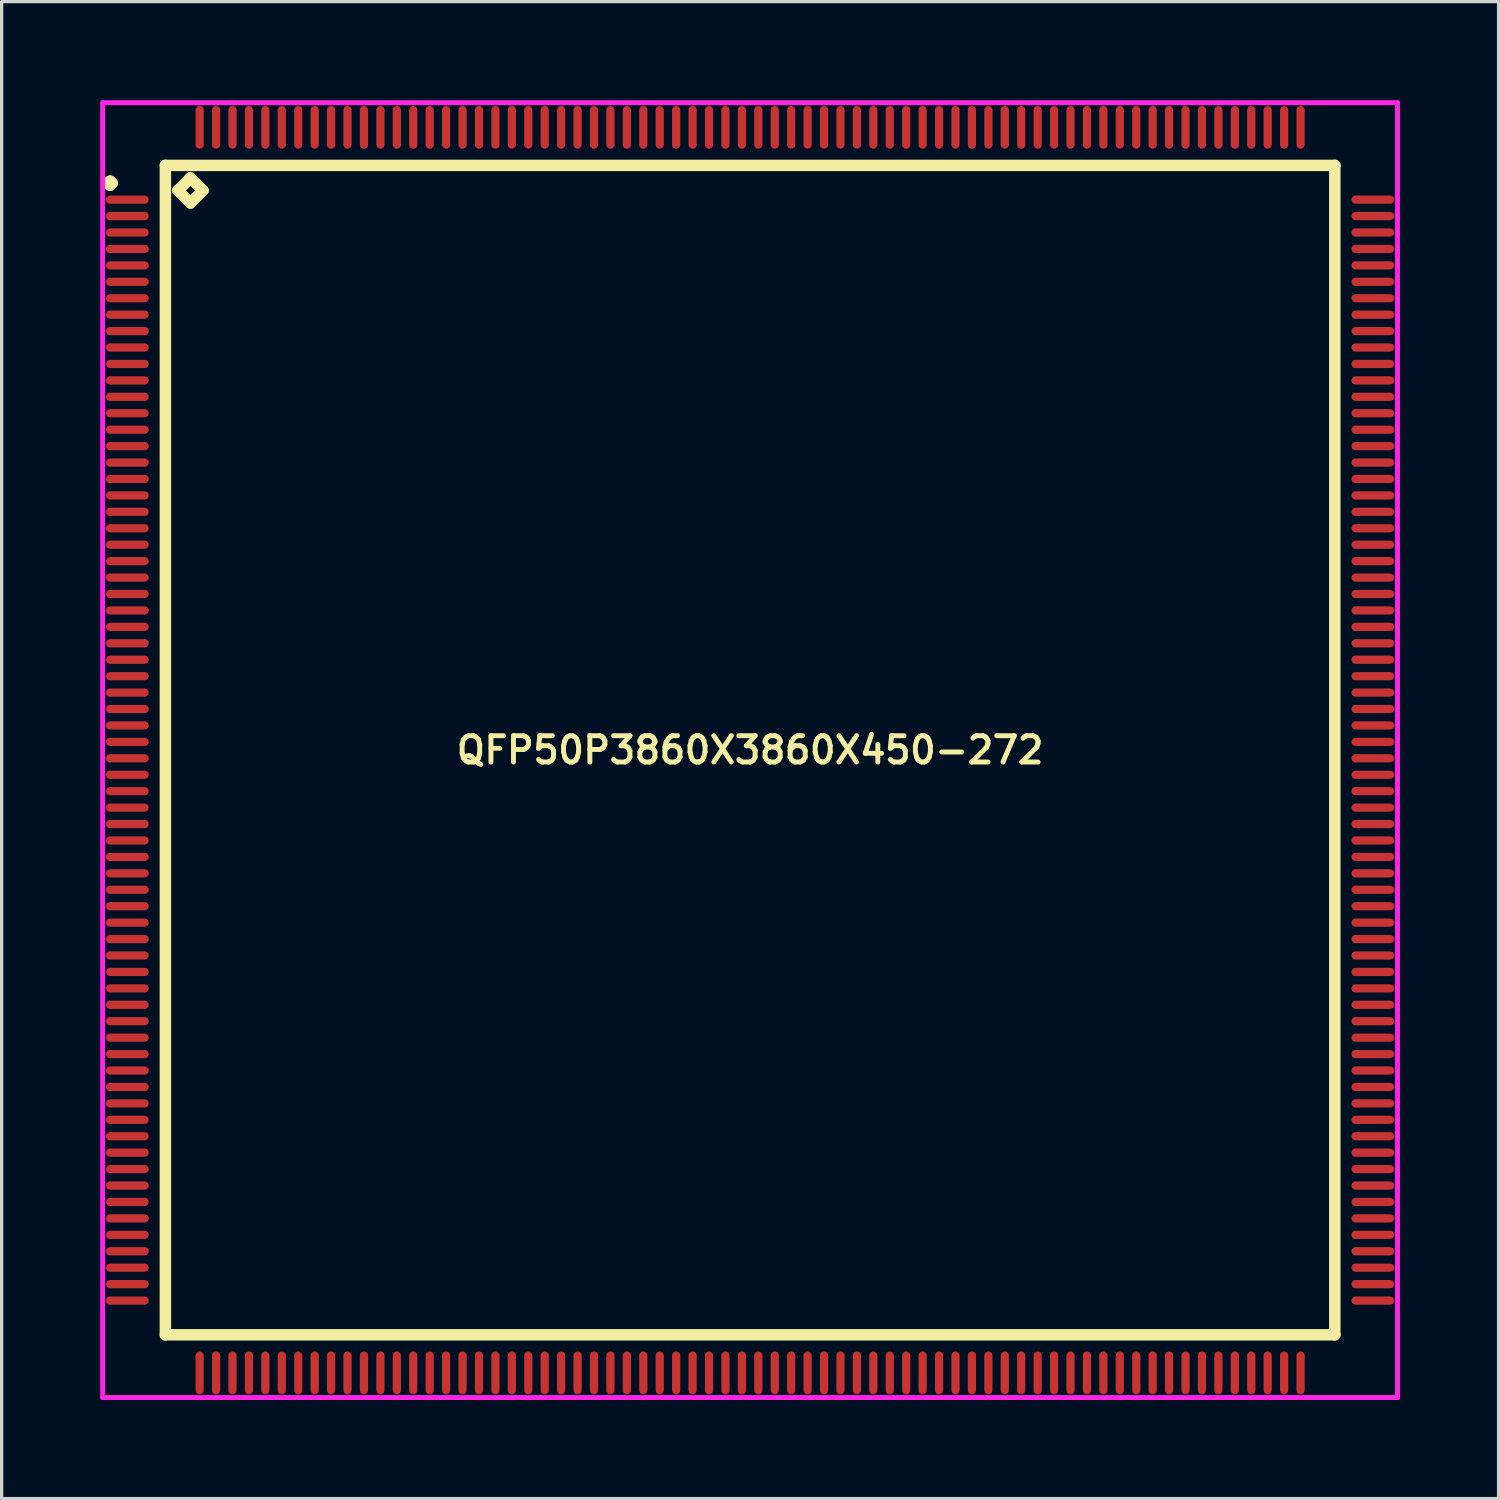
<source format=kicad_pcb>
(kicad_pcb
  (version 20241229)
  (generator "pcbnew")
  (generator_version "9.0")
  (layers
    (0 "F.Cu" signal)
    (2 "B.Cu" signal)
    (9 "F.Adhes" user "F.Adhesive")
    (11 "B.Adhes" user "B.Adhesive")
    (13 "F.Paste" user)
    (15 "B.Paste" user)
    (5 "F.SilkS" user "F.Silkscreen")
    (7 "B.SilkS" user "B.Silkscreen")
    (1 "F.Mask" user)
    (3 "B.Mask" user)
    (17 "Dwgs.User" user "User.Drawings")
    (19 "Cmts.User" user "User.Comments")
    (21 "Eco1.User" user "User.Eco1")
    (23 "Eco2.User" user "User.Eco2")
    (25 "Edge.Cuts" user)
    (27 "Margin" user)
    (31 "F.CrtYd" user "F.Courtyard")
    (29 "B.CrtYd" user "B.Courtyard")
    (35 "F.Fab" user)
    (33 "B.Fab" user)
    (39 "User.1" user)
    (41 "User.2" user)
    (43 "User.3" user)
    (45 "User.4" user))
  (footprint "QFP50P3860X3860X450-272"
    (layer "F.Cu")
    (at 19.775 19.775)
    (property "Reference" "QFP50P3860X3860X450-272" (at 0 0 0) (layer "F.SilkS") (effects (font (size 0.8 0.8) (thickness 0.15))))
    (attr smd)
    (fp_line (start -19.538 -17.25) (end -19.475 -17.312) (stroke (width 0.35) (type solid)) (layer "F.SilkS"))
    (fp_line (start -19.475 -17.312) (end -19.413 -17.25) (stroke (width 0.35) (type solid)) (layer "F.SilkS"))
    (fp_line (start -19.475 -17.188) (end -19.538 -17.25) (stroke (width 0.35) (type solid)) (layer "F.SilkS"))
    (fp_line (start -19.413 -17.25) (end -19.475 -17.188) (stroke (width 0.35) (type solid)) (layer "F.SilkS"))
    (fp_line (start -17.792 -17.792) (end -17.792 17.792) (stroke (width 0.35) (type solid)) (layer "F.SilkS"))
    (fp_line (start -17.792 17.792) (end 17.792 17.792) (stroke (width 0.35) (type solid)) (layer "F.SilkS"))
    (fp_line (start -17.411 -17.03) (end -17.03 -17.411) (stroke (width 0.35) (type solid)) (layer "F.SilkS"))
    (fp_line (start -17.03 -17.411) (end -16.649 -17.03) (stroke (width 0.35) (type solid)) (layer "F.SilkS"))
    (fp_line (start -17.03 -16.649) (end -17.411 -17.03) (stroke (width 0.35) (type solid)) (layer "F.SilkS"))
    (fp_line (start -16.649 -17.03) (end -17.03 -16.649) (stroke (width 0.35) (type solid)) (layer "F.SilkS"))
    (fp_line (start 17.792 -17.792) (end -17.792 -17.792) (stroke (width 0.35) (type solid)) (layer "F.SilkS"))
    (fp_line (start 17.792 17.792) (end 17.792 -17.792) (stroke (width 0.35) (type solid)) (layer "F.SilkS"))
    (fp_line (start -19.7 -19.7) (end 19.7 -19.7) (stroke (width 0.15) (type solid)) (layer "F.CrtYd"))
    (fp_line (start -19.7 19.7) (end -19.7 -19.7) (stroke (width 0.15) (type solid)) (layer "F.CrtYd"))
    (fp_line (start 19.7 -19.7) (end 19.7 19.7) (stroke (width 0.15) (type solid)) (layer "F.CrtYd"))
    (fp_line (start 19.7 19.7) (end -19.7 19.7) (stroke (width 0.15) (type solid)) (layer "F.CrtYd"))
    (pad "1" smd oval (at -18.95 -16.75) (size 1.3 0.25) (layers "F.Cu" "F.Mask" "F.Paste"))
    (pad "2" smd oval (at -18.95 -16.25) (size 1.3 0.25) (layers "F.Cu" "F.Mask" "F.Paste"))
    (pad "3" smd oval (at -18.95 -15.75) (size 1.3 0.25) (layers "F.Cu" "F.Mask" "F.Paste"))
    (pad "4" smd oval (at -18.95 -15.25) (size 1.3 0.25) (layers "F.Cu" "F.Mask" "F.Paste"))
    (pad "5" smd oval (at -18.95 -14.75) (size 1.3 0.25) (layers "F.Cu" "F.Mask" "F.Paste"))
    (pad "6" smd oval (at -18.95 -14.25) (size 1.3 0.25) (layers "F.Cu" "F.Mask" "F.Paste"))
    (pad "7" smd oval (at -18.95 -13.75) (size 1.3 0.25) (layers "F.Cu" "F.Mask" "F.Paste"))
    (pad "8" smd oval (at -18.95 -13.25) (size 1.3 0.25) (layers "F.Cu" "F.Mask" "F.Paste"))
    (pad "9" smd oval (at -18.95 -12.75) (size 1.3 0.25) (layers "F.Cu" "F.Mask" "F.Paste"))
    (pad "10" smd oval (at -18.95 -12.25) (size 1.3 0.25) (layers "F.Cu" "F.Mask" "F.Paste"))
    (pad "11" smd oval (at -18.95 -11.75) (size 1.3 0.25) (layers "F.Cu" "F.Mask" "F.Paste"))
    (pad "12" smd oval (at -18.95 -11.25) (size 1.3 0.25) (layers "F.Cu" "F.Mask" "F.Paste"))
    (pad "13" smd oval (at -18.95 -10.75) (size 1.3 0.25) (layers "F.Cu" "F.Mask" "F.Paste"))
    (pad "14" smd oval (at -18.95 -10.25) (size 1.3 0.25) (layers "F.Cu" "F.Mask" "F.Paste"))
    (pad "15" smd oval (at -18.95 -9.75) (size 1.3 0.25) (layers "F.Cu" "F.Mask" "F.Paste"))
    (pad "16" smd oval (at -18.95 -9.25) (size 1.3 0.25) (layers "F.Cu" "F.Mask" "F.Paste"))
    (pad "17" smd oval (at -18.95 -8.75) (size 1.3 0.25) (layers "F.Cu" "F.Mask" "F.Paste"))
    (pad "18" smd oval (at -18.95 -8.25) (size 1.3 0.25) (layers "F.Cu" "F.Mask" "F.Paste"))
    (pad "19" smd oval (at -18.95 -7.75) (size 1.3 0.25) (layers "F.Cu" "F.Mask" "F.Paste"))
    (pad "20" smd oval (at -18.95 -7.25) (size 1.3 0.25) (layers "F.Cu" "F.Mask" "F.Paste"))
    (pad "21" smd oval (at -18.95 -6.75) (size 1.3 0.25) (layers "F.Cu" "F.Mask" "F.Paste"))
    (pad "22" smd oval (at -18.95 -6.25) (size 1.3 0.25) (layers "F.Cu" "F.Mask" "F.Paste"))
    (pad "23" smd oval (at -18.95 -5.75) (size 1.3 0.25) (layers "F.Cu" "F.Mask" "F.Paste"))
    (pad "24" smd oval (at -18.95 -5.25) (size 1.3 0.25) (layers "F.Cu" "F.Mask" "F.Paste"))
    (pad "25" smd oval (at -18.95 -4.75) (size 1.3 0.25) (layers "F.Cu" "F.Mask" "F.Paste"))
    (pad "26" smd oval (at -18.95 -4.25) (size 1.3 0.25) (layers "F.Cu" "F.Mask" "F.Paste"))
    (pad "27" smd oval (at -18.95 -3.75) (size 1.3 0.25) (layers "F.Cu" "F.Mask" "F.Paste"))
    (pad "28" smd oval (at -18.95 -3.25) (size 1.3 0.25) (layers "F.Cu" "F.Mask" "F.Paste"))
    (pad "29" smd oval (at -18.95 -2.75) (size 1.3 0.25) (layers "F.Cu" "F.Mask" "F.Paste"))
    (pad "30" smd oval (at -18.95 -2.25) (size 1.3 0.25) (layers "F.Cu" "F.Mask" "F.Paste"))
    (pad "31" smd oval (at -18.95 -1.75) (size 1.3 0.25) (layers "F.Cu" "F.Mask" "F.Paste"))
    (pad "32" smd oval (at -18.95 -1.25) (size 1.3 0.25) (layers "F.Cu" "F.Mask" "F.Paste"))
    (pad "33" smd oval (at -18.95 -0.75) (size 1.3 0.25) (layers "F.Cu" "F.Mask" "F.Paste"))
    (pad "34" smd oval (at -18.95 -0.25) (size 1.3 0.25) (layers "F.Cu" "F.Mask" "F.Paste"))
    (pad "35" smd oval (at -18.95 0.25) (size 1.3 0.25) (layers "F.Cu" "F.Mask" "F.Paste"))
    (pad "36" smd oval (at -18.95 0.75) (size 1.3 0.25) (layers "F.Cu" "F.Mask" "F.Paste"))
    (pad "37" smd oval (at -18.95 1.25) (size 1.3 0.25) (layers "F.Cu" "F.Mask" "F.Paste"))
    (pad "38" smd oval (at -18.95 1.75) (size 1.3 0.25) (layers "F.Cu" "F.Mask" "F.Paste"))
    (pad "39" smd oval (at -18.95 2.25) (size 1.3 0.25) (layers "F.Cu" "F.Mask" "F.Paste"))
    (pad "40" smd oval (at -18.95 2.75) (size 1.3 0.25) (layers "F.Cu" "F.Mask" "F.Paste"))
    (pad "41" smd oval (at -18.95 3.25) (size 1.3 0.25) (layers "F.Cu" "F.Mask" "F.Paste"))
    (pad "42" smd oval (at -18.95 3.75) (size 1.3 0.25) (layers "F.Cu" "F.Mask" "F.Paste"))
    (pad "43" smd oval (at -18.95 4.25) (size 1.3 0.25) (layers "F.Cu" "F.Mask" "F.Paste"))
    (pad "44" smd oval (at -18.95 4.75) (size 1.3 0.25) (layers "F.Cu" "F.Mask" "F.Paste"))
    (pad "45" smd oval (at -18.95 5.25) (size 1.3 0.25) (layers "F.Cu" "F.Mask" "F.Paste"))
    (pad "46" smd oval (at -18.95 5.75) (size 1.3 0.25) (layers "F.Cu" "F.Mask" "F.Paste"))
    (pad "47" smd oval (at -18.95 6.25) (size 1.3 0.25) (layers "F.Cu" "F.Mask" "F.Paste"))
    (pad "48" smd oval (at -18.95 6.75) (size 1.3 0.25) (layers "F.Cu" "F.Mask" "F.Paste"))
    (pad "49" smd oval (at -18.95 7.25) (size 1.3 0.25) (layers "F.Cu" "F.Mask" "F.Paste"))
    (pad "50" smd oval (at -18.95 7.75) (size 1.3 0.25) (layers "F.Cu" "F.Mask" "F.Paste"))
    (pad "51" smd oval (at -18.95 8.25) (size 1.3 0.25) (layers "F.Cu" "F.Mask" "F.Paste"))
    (pad "52" smd oval (at -18.95 8.75) (size 1.3 0.25) (layers "F.Cu" "F.Mask" "F.Paste"))
    (pad "53" smd oval (at -18.95 9.25) (size 1.3 0.25) (layers "F.Cu" "F.Mask" "F.Paste"))
    (pad "54" smd oval (at -18.95 9.75) (size 1.3 0.25) (layers "F.Cu" "F.Mask" "F.Paste"))
    (pad "55" smd oval (at -18.95 10.25) (size 1.3 0.25) (layers "F.Cu" "F.Mask" "F.Paste"))
    (pad "56" smd oval (at -18.95 10.75) (size 1.3 0.25) (layers "F.Cu" "F.Mask" "F.Paste"))
    (pad "57" smd oval (at -18.95 11.25) (size 1.3 0.25) (layers "F.Cu" "F.Mask" "F.Paste"))
    (pad "58" smd oval (at -18.95 11.75) (size 1.3 0.25) (layers "F.Cu" "F.Mask" "F.Paste"))
    (pad "59" smd oval (at -18.95 12.25) (size 1.3 0.25) (layers "F.Cu" "F.Mask" "F.Paste"))
    (pad "60" smd oval (at -18.95 12.75) (size 1.3 0.25) (layers "F.Cu" "F.Mask" "F.Paste"))
    (pad "61" smd oval (at -18.95 13.25) (size 1.3 0.25) (layers "F.Cu" "F.Mask" "F.Paste"))
    (pad "62" smd oval (at -18.95 13.75) (size 1.3 0.25) (layers "F.Cu" "F.Mask" "F.Paste"))
    (pad "63" smd oval (at -18.95 14.25) (size 1.3 0.25) (layers "F.Cu" "F.Mask" "F.Paste"))
    (pad "64" smd oval (at -18.95 14.75) (size 1.3 0.25) (layers "F.Cu" "F.Mask" "F.Paste"))
    (pad "65" smd oval (at -18.95 15.25) (size 1.3 0.25) (layers "F.Cu" "F.Mask" "F.Paste"))
    (pad "66" smd oval (at -18.95 15.75) (size 1.3 0.25) (layers "F.Cu" "F.Mask" "F.Paste"))
    (pad "67" smd oval (at -18.95 16.25) (size 1.3 0.25) (layers "F.Cu" "F.Mask" "F.Paste"))
    (pad "68" smd oval (at -18.95 16.75) (size 1.3 0.25) (layers "F.Cu" "F.Mask" "F.Paste"))
    (pad "69" smd oval (at -16.75 18.95) (size 0.25 1.3) (layers "F.Cu" "F.Mask" "F.Paste"))
    (pad "70" smd oval (at -16.25 18.95) (size 0.25 1.3) (layers "F.Cu" "F.Mask" "F.Paste"))
    (pad "71" smd oval (at -15.75 18.95) (size 0.25 1.3) (layers "F.Cu" "F.Mask" "F.Paste"))
    (pad "72" smd oval (at -15.25 18.95) (size 0.25 1.3) (layers "F.Cu" "F.Mask" "F.Paste"))
    (pad "73" smd oval (at -14.75 18.95) (size 0.25 1.3) (layers "F.Cu" "F.Mask" "F.Paste"))
    (pad "74" smd oval (at -14.25 18.95) (size 0.25 1.3) (layers "F.Cu" "F.Mask" "F.Paste"))
    (pad "75" smd oval (at -13.75 18.95) (size 0.25 1.3) (layers "F.Cu" "F.Mask" "F.Paste"))
    (pad "76" smd oval (at -13.25 18.95) (size 0.25 1.3) (layers "F.Cu" "F.Mask" "F.Paste"))
    (pad "77" smd oval (at -12.75 18.95) (size 0.25 1.3) (layers "F.Cu" "F.Mask" "F.Paste"))
    (pad "78" smd oval (at -12.25 18.95) (size 0.25 1.3) (layers "F.Cu" "F.Mask" "F.Paste"))
    (pad "79" smd oval (at -11.75 18.95) (size 0.25 1.3) (layers "F.Cu" "F.Mask" "F.Paste"))
    (pad "80" smd oval (at -11.25 18.95) (size 0.25 1.3) (layers "F.Cu" "F.Mask" "F.Paste"))
    (pad "81" smd oval (at -10.75 18.95) (size 0.25 1.3) (layers "F.Cu" "F.Mask" "F.Paste"))
    (pad "82" smd oval (at -10.25 18.95) (size 0.25 1.3) (layers "F.Cu" "F.Mask" "F.Paste"))
    (pad "83" smd oval (at -9.75 18.95) (size 0.25 1.3) (layers "F.Cu" "F.Mask" "F.Paste"))
    (pad "84" smd oval (at -9.25 18.95) (size 0.25 1.3) (layers "F.Cu" "F.Mask" "F.Paste"))
    (pad "85" smd oval (at -8.75 18.95) (size 0.25 1.3) (layers "F.Cu" "F.Mask" "F.Paste"))
    (pad "86" smd oval (at -8.25 18.95) (size 0.25 1.3) (layers "F.Cu" "F.Mask" "F.Paste"))
    (pad "87" smd oval (at -7.75 18.95) (size 0.25 1.3) (layers "F.Cu" "F.Mask" "F.Paste"))
    (pad "88" smd oval (at -7.25 18.95) (size 0.25 1.3) (layers "F.Cu" "F.Mask" "F.Paste"))
    (pad "89" smd oval (at -6.75 18.95) (size 0.25 1.3) (layers "F.Cu" "F.Mask" "F.Paste"))
    (pad "90" smd oval (at -6.25 18.95) (size 0.25 1.3) (layers "F.Cu" "F.Mask" "F.Paste"))
    (pad "91" smd oval (at -5.75 18.95) (size 0.25 1.3) (layers "F.Cu" "F.Mask" "F.Paste"))
    (pad "92" smd oval (at -5.25 18.95) (size 0.25 1.3) (layers "F.Cu" "F.Mask" "F.Paste"))
    (pad "93" smd oval (at -4.75 18.95) (size 0.25 1.3) (layers "F.Cu" "F.Mask" "F.Paste"))
    (pad "94" smd oval (at -4.25 18.95) (size 0.25 1.3) (layers "F.Cu" "F.Mask" "F.Paste"))
    (pad "95" smd oval (at -3.75 18.95) (size 0.25 1.3) (layers "F.Cu" "F.Mask" "F.Paste"))
    (pad "96" smd oval (at -3.25 18.95) (size 0.25 1.3) (layers "F.Cu" "F.Mask" "F.Paste"))
    (pad "97" smd oval (at -2.75 18.95) (size 0.25 1.3) (layers "F.Cu" "F.Mask" "F.Paste"))
    (pad "98" smd oval (at -2.25 18.95) (size 0.25 1.3) (layers "F.Cu" "F.Mask" "F.Paste"))
    (pad "99" smd oval (at -1.75 18.95) (size 0.25 1.3) (layers "F.Cu" "F.Mask" "F.Paste"))
    (pad "100" smd oval (at -1.25 18.95) (size 0.25 1.3) (layers "F.Cu" "F.Mask" "F.Paste"))
    (pad "101" smd oval (at -0.75 18.95) (size 0.25 1.3) (layers "F.Cu" "F.Mask" "F.Paste"))
    (pad "102" smd oval (at -0.25 18.95) (size 0.25 1.3) (layers "F.Cu" "F.Mask" "F.Paste"))
    (pad "103" smd oval (at 0.25 18.95) (size 0.25 1.3) (layers "F.Cu" "F.Mask" "F.Paste"))
    (pad "104" smd oval (at 0.75 18.95) (size 0.25 1.3) (layers "F.Cu" "F.Mask" "F.Paste"))
    (pad "105" smd oval (at 1.25 18.95) (size 0.25 1.3) (layers "F.Cu" "F.Mask" "F.Paste"))
    (pad "106" smd oval (at 1.75 18.95) (size 0.25 1.3) (layers "F.Cu" "F.Mask" "F.Paste"))
    (pad "107" smd oval (at 2.25 18.95) (size 0.25 1.3) (layers "F.Cu" "F.Mask" "F.Paste"))
    (pad "108" smd oval (at 2.75 18.95) (size 0.25 1.3) (layers "F.Cu" "F.Mask" "F.Paste"))
    (pad "109" smd oval (at 3.25 18.95) (size 0.25 1.3) (layers "F.Cu" "F.Mask" "F.Paste"))
    (pad "110" smd oval (at 3.75 18.95) (size 0.25 1.3) (layers "F.Cu" "F.Mask" "F.Paste"))
    (pad "111" smd oval (at 4.25 18.95) (size 0.25 1.3) (layers "F.Cu" "F.Mask" "F.Paste"))
    (pad "112" smd oval (at 4.75 18.95) (size 0.25 1.3) (layers "F.Cu" "F.Mask" "F.Paste"))
    (pad "113" smd oval (at 5.25 18.95) (size 0.25 1.3) (layers "F.Cu" "F.Mask" "F.Paste"))
    (pad "114" smd oval (at 5.75 18.95) (size 0.25 1.3) (layers "F.Cu" "F.Mask" "F.Paste"))
    (pad "115" smd oval (at 6.25 18.95) (size 0.25 1.3) (layers "F.Cu" "F.Mask" "F.Paste"))
    (pad "116" smd oval (at 6.75 18.95) (size 0.25 1.3) (layers "F.Cu" "F.Mask" "F.Paste"))
    (pad "117" smd oval (at 7.25 18.95) (size 0.25 1.3) (layers "F.Cu" "F.Mask" "F.Paste"))
    (pad "118" smd oval (at 7.75 18.95) (size 0.25 1.3) (layers "F.Cu" "F.Mask" "F.Paste"))
    (pad "119" smd oval (at 8.25 18.95) (size 0.25 1.3) (layers "F.Cu" "F.Mask" "F.Paste"))
    (pad "120" smd oval (at 8.75 18.95) (size 0.25 1.3) (layers "F.Cu" "F.Mask" "F.Paste"))
    (pad "121" smd oval (at 9.25 18.95) (size 0.25 1.3) (layers "F.Cu" "F.Mask" "F.Paste"))
    (pad "122" smd oval (at 9.75 18.95) (size 0.25 1.3) (layers "F.Cu" "F.Mask" "F.Paste"))
    (pad "123" smd oval (at 10.25 18.95) (size 0.25 1.3) (layers "F.Cu" "F.Mask" "F.Paste"))
    (pad "124" smd oval (at 10.75 18.95) (size 0.25 1.3) (layers "F.Cu" "F.Mask" "F.Paste"))
    (pad "125" smd oval (at 11.25 18.95) (size 0.25 1.3) (layers "F.Cu" "F.Mask" "F.Paste"))
    (pad "126" smd oval (at 11.75 18.95) (size 0.25 1.3) (layers "F.Cu" "F.Mask" "F.Paste"))
    (pad "127" smd oval (at 12.25 18.95) (size 0.25 1.3) (layers "F.Cu" "F.Mask" "F.Paste"))
    (pad "128" smd oval (at 12.75 18.95) (size 0.25 1.3) (layers "F.Cu" "F.Mask" "F.Paste"))
    (pad "129" smd oval (at 13.25 18.95) (size 0.25 1.3) (layers "F.Cu" "F.Mask" "F.Paste"))
    (pad "130" smd oval (at 13.75 18.95) (size 0.25 1.3) (layers "F.Cu" "F.Mask" "F.Paste"))
    (pad "131" smd oval (at 14.25 18.95) (size 0.25 1.3) (layers "F.Cu" "F.Mask" "F.Paste"))
    (pad "132" smd oval (at 14.75 18.95) (size 0.25 1.3) (layers "F.Cu" "F.Mask" "F.Paste"))
    (pad "133" smd oval (at 15.25 18.95) (size 0.25 1.3) (layers "F.Cu" "F.Mask" "F.Paste"))
    (pad "134" smd oval (at 15.75 18.95) (size 0.25 1.3) (layers "F.Cu" "F.Mask" "F.Paste"))
    (pad "135" smd oval (at 16.25 18.95) (size 0.25 1.3) (layers "F.Cu" "F.Mask" "F.Paste"))
    (pad "136" smd oval (at 16.75 18.95) (size 0.25 1.3) (layers "F.Cu" "F.Mask" "F.Paste"))
    (pad "137" smd oval (at 18.95 16.75) (size 1.3 0.25) (layers "F.Cu" "F.Mask" "F.Paste"))
    (pad "138" smd oval (at 18.95 16.25) (size 1.3 0.25) (layers "F.Cu" "F.Mask" "F.Paste"))
    (pad "139" smd oval (at 18.95 15.75) (size 1.3 0.25) (layers "F.Cu" "F.Mask" "F.Paste"))
    (pad "140" smd oval (at 18.95 15.25) (size 1.3 0.25) (layers "F.Cu" "F.Mask" "F.Paste"))
    (pad "141" smd oval (at 18.95 14.75) (size 1.3 0.25) (layers "F.Cu" "F.Mask" "F.Paste"))
    (pad "142" smd oval (at 18.95 14.25) (size 1.3 0.25) (layers "F.Cu" "F.Mask" "F.Paste"))
    (pad "143" smd oval (at 18.95 13.75) (size 1.3 0.25) (layers "F.Cu" "F.Mask" "F.Paste"))
    (pad "144" smd oval (at 18.95 13.25) (size 1.3 0.25) (layers "F.Cu" "F.Mask" "F.Paste"))
    (pad "145" smd oval (at 18.95 12.75) (size 1.3 0.25) (layers "F.Cu" "F.Mask" "F.Paste"))
    (pad "146" smd oval (at 18.95 12.25) (size 1.3 0.25) (layers "F.Cu" "F.Mask" "F.Paste"))
    (pad "147" smd oval (at 18.95 11.75) (size 1.3 0.25) (layers "F.Cu" "F.Mask" "F.Paste"))
    (pad "148" smd oval (at 18.95 11.25) (size 1.3 0.25) (layers "F.Cu" "F.Mask" "F.Paste"))
    (pad "149" smd oval (at 18.95 10.75) (size 1.3 0.25) (layers "F.Cu" "F.Mask" "F.Paste"))
    (pad "150" smd oval (at 18.95 10.25) (size 1.3 0.25) (layers "F.Cu" "F.Mask" "F.Paste"))
    (pad "151" smd oval (at 18.95 9.75) (size 1.3 0.25) (layers "F.Cu" "F.Mask" "F.Paste"))
    (pad "152" smd oval (at 18.95 9.25) (size 1.3 0.25) (layers "F.Cu" "F.Mask" "F.Paste"))
    (pad "153" smd oval (at 18.95 8.75) (size 1.3 0.25) (layers "F.Cu" "F.Mask" "F.Paste"))
    (pad "154" smd oval (at 18.95 8.25) (size 1.3 0.25) (layers "F.Cu" "F.Mask" "F.Paste"))
    (pad "155" smd oval (at 18.95 7.75) (size 1.3 0.25) (layers "F.Cu" "F.Mask" "F.Paste"))
    (pad "156" smd oval (at 18.95 7.25) (size 1.3 0.25) (layers "F.Cu" "F.Mask" "F.Paste"))
    (pad "157" smd oval (at 18.95 6.75) (size 1.3 0.25) (layers "F.Cu" "F.Mask" "F.Paste"))
    (pad "158" smd oval (at 18.95 6.25) (size 1.3 0.25) (layers "F.Cu" "F.Mask" "F.Paste"))
    (pad "159" smd oval (at 18.95 5.75) (size 1.3 0.25) (layers "F.Cu" "F.Mask" "F.Paste"))
    (pad "160" smd oval (at 18.95 5.25) (size 1.3 0.25) (layers "F.Cu" "F.Mask" "F.Paste"))
    (pad "161" smd oval (at 18.95 4.75) (size 1.3 0.25) (layers "F.Cu" "F.Mask" "F.Paste"))
    (pad "162" smd oval (at 18.95 4.25) (size 1.3 0.25) (layers "F.Cu" "F.Mask" "F.Paste"))
    (pad "163" smd oval (at 18.95 3.75) (size 1.3 0.25) (layers "F.Cu" "F.Mask" "F.Paste"))
    (pad "164" smd oval (at 18.95 3.25) (size 1.3 0.25) (layers "F.Cu" "F.Mask" "F.Paste"))
    (pad "165" smd oval (at 18.95 2.75) (size 1.3 0.25) (layers "F.Cu" "F.Mask" "F.Paste"))
    (pad "166" smd oval (at 18.95 2.25) (size 1.3 0.25) (layers "F.Cu" "F.Mask" "F.Paste"))
    (pad "167" smd oval (at 18.95 1.75) (size 1.3 0.25) (layers "F.Cu" "F.Mask" "F.Paste"))
    (pad "168" smd oval (at 18.95 1.25) (size 1.3 0.25) (layers "F.Cu" "F.Mask" "F.Paste"))
    (pad "169" smd oval (at 18.95 0.75) (size 1.3 0.25) (layers "F.Cu" "F.Mask" "F.Paste"))
    (pad "170" smd oval (at 18.95 0.25) (size 1.3 0.25) (layers "F.Cu" "F.Mask" "F.Paste"))
    (pad "171" smd oval (at 18.95 -0.25) (size 1.3 0.25) (layers "F.Cu" "F.Mask" "F.Paste"))
    (pad "172" smd oval (at 18.95 -0.75) (size 1.3 0.25) (layers "F.Cu" "F.Mask" "F.Paste"))
    (pad "173" smd oval (at 18.95 -1.25) (size 1.3 0.25) (layers "F.Cu" "F.Mask" "F.Paste"))
    (pad "174" smd oval (at 18.95 -1.75) (size 1.3 0.25) (layers "F.Cu" "F.Mask" "F.Paste"))
    (pad "175" smd oval (at 18.95 -2.25) (size 1.3 0.25) (layers "F.Cu" "F.Mask" "F.Paste"))
    (pad "176" smd oval (at 18.95 -2.75) (size 1.3 0.25) (layers "F.Cu" "F.Mask" "F.Paste"))
    (pad "177" smd oval (at 18.95 -3.25) (size 1.3 0.25) (layers "F.Cu" "F.Mask" "F.Paste"))
    (pad "178" smd oval (at 18.95 -3.75) (size 1.3 0.25) (layers "F.Cu" "F.Mask" "F.Paste"))
    (pad "179" smd oval (at 18.95 -4.25) (size 1.3 0.25) (layers "F.Cu" "F.Mask" "F.Paste"))
    (pad "180" smd oval (at 18.95 -4.75) (size 1.3 0.25) (layers "F.Cu" "F.Mask" "F.Paste"))
    (pad "181" smd oval (at 18.95 -5.25) (size 1.3 0.25) (layers "F.Cu" "F.Mask" "F.Paste"))
    (pad "182" smd oval (at 18.95 -5.75) (size 1.3 0.25) (layers "F.Cu" "F.Mask" "F.Paste"))
    (pad "183" smd oval (at 18.95 -6.25) (size 1.3 0.25) (layers "F.Cu" "F.Mask" "F.Paste"))
    (pad "184" smd oval (at 18.95 -6.75) (size 1.3 0.25) (layers "F.Cu" "F.Mask" "F.Paste"))
    (pad "185" smd oval (at 18.95 -7.25) (size 1.3 0.25) (layers "F.Cu" "F.Mask" "F.Paste"))
    (pad "186" smd oval (at 18.95 -7.75) (size 1.3 0.25) (layers "F.Cu" "F.Mask" "F.Paste"))
    (pad "187" smd oval (at 18.95 -8.25) (size 1.3 0.25) (layers "F.Cu" "F.Mask" "F.Paste"))
    (pad "188" smd oval (at 18.95 -8.75) (size 1.3 0.25) (layers "F.Cu" "F.Mask" "F.Paste"))
    (pad "189" smd oval (at 18.95 -9.25) (size 1.3 0.25) (layers "F.Cu" "F.Mask" "F.Paste"))
    (pad "190" smd oval (at 18.95 -9.75) (size 1.3 0.25) (layers "F.Cu" "F.Mask" "F.Paste"))
    (pad "191" smd oval (at 18.95 -10.25) (size 1.3 0.25) (layers "F.Cu" "F.Mask" "F.Paste"))
    (pad "192" smd oval (at 18.95 -10.75) (size 1.3 0.25) (layers "F.Cu" "F.Mask" "F.Paste"))
    (pad "193" smd oval (at 18.95 -11.25) (size 1.3 0.25) (layers "F.Cu" "F.Mask" "F.Paste"))
    (pad "194" smd oval (at 18.95 -11.75) (size 1.3 0.25) (layers "F.Cu" "F.Mask" "F.Paste"))
    (pad "195" smd oval (at 18.95 -12.25) (size 1.3 0.25) (layers "F.Cu" "F.Mask" "F.Paste"))
    (pad "196" smd oval (at 18.95 -12.75) (size 1.3 0.25) (layers "F.Cu" "F.Mask" "F.Paste"))
    (pad "197" smd oval (at 18.95 -13.25) (size 1.3 0.25) (layers "F.Cu" "F.Mask" "F.Paste"))
    (pad "198" smd oval (at 18.95 -13.75) (size 1.3 0.25) (layers "F.Cu" "F.Mask" "F.Paste"))
    (pad "199" smd oval (at 18.95 -14.25) (size 1.3 0.25) (layers "F.Cu" "F.Mask" "F.Paste"))
    (pad "200" smd oval (at 18.95 -14.75) (size 1.3 0.25) (layers "F.Cu" "F.Mask" "F.Paste"))
    (pad "201" smd oval (at 18.95 -15.25) (size 1.3 0.25) (layers "F.Cu" "F.Mask" "F.Paste"))
    (pad "202" smd oval (at 18.95 -15.75) (size 1.3 0.25) (layers "F.Cu" "F.Mask" "F.Paste"))
    (pad "203" smd oval (at 18.95 -16.25) (size 1.3 0.25) (layers "F.Cu" "F.Mask" "F.Paste"))
    (pad "204" smd oval (at 18.95 -16.75) (size 1.3 0.25) (layers "F.Cu" "F.Mask" "F.Paste"))
    (pad "205" smd oval (at 16.75 -18.95) (size 0.25 1.3) (layers "F.Cu" "F.Mask" "F.Paste"))
    (pad "206" smd oval (at 16.25 -18.95) (size 0.25 1.3) (layers "F.Cu" "F.Mask" "F.Paste"))
    (pad "207" smd oval (at 15.75 -18.95) (size 0.25 1.3) (layers "F.Cu" "F.Mask" "F.Paste"))
    (pad "208" smd oval (at 15.25 -18.95) (size 0.25 1.3) (layers "F.Cu" "F.Mask" "F.Paste"))
    (pad "209" smd oval (at 14.75 -18.95) (size 0.25 1.3) (layers "F.Cu" "F.Mask" "F.Paste"))
    (pad "210" smd oval (at 14.25 -18.95) (size 0.25 1.3) (layers "F.Cu" "F.Mask" "F.Paste"))
    (pad "211" smd oval (at 13.75 -18.95) (size 0.25 1.3) (layers "F.Cu" "F.Mask" "F.Paste"))
    (pad "212" smd oval (at 13.25 -18.95) (size 0.25 1.3) (layers "F.Cu" "F.Mask" "F.Paste"))
    (pad "213" smd oval (at 12.75 -18.95) (size 0.25 1.3) (layers "F.Cu" "F.Mask" "F.Paste"))
    (pad "214" smd oval (at 12.25 -18.95) (size 0.25 1.3) (layers "F.Cu" "F.Mask" "F.Paste"))
    (pad "215" smd oval (at 11.75 -18.95) (size 0.25 1.3) (layers "F.Cu" "F.Mask" "F.Paste"))
    (pad "216" smd oval (at 11.25 -18.95) (size 0.25 1.3) (layers "F.Cu" "F.Mask" "F.Paste"))
    (pad "217" smd oval (at 10.75 -18.95) (size 0.25 1.3) (layers "F.Cu" "F.Mask" "F.Paste"))
    (pad "218" smd oval (at 10.25 -18.95) (size 0.25 1.3) (layers "F.Cu" "F.Mask" "F.Paste"))
    (pad "219" smd oval (at 9.75 -18.95) (size 0.25 1.3) (layers "F.Cu" "F.Mask" "F.Paste"))
    (pad "220" smd oval (at 9.25 -18.95) (size 0.25 1.3) (layers "F.Cu" "F.Mask" "F.Paste"))
    (pad "221" smd oval (at 8.75 -18.95) (size 0.25 1.3) (layers "F.Cu" "F.Mask" "F.Paste"))
    (pad "222" smd oval (at 8.25 -18.95) (size 0.25 1.3) (layers "F.Cu" "F.Mask" "F.Paste"))
    (pad "223" smd oval (at 7.75 -18.95) (size 0.25 1.3) (layers "F.Cu" "F.Mask" "F.Paste"))
    (pad "224" smd oval (at 7.25 -18.95) (size 0.25 1.3) (layers "F.Cu" "F.Mask" "F.Paste"))
    (pad "225" smd oval (at 6.75 -18.95) (size 0.25 1.3) (layers "F.Cu" "F.Mask" "F.Paste"))
    (pad "226" smd oval (at 6.25 -18.95) (size 0.25 1.3) (layers "F.Cu" "F.Mask" "F.Paste"))
    (pad "227" smd oval (at 5.75 -18.95) (size 0.25 1.3) (layers "F.Cu" "F.Mask" "F.Paste"))
    (pad "228" smd oval (at 5.25 -18.95) (size 0.25 1.3) (layers "F.Cu" "F.Mask" "F.Paste"))
    (pad "229" smd oval (at 4.75 -18.95) (size 0.25 1.3) (layers "F.Cu" "F.Mask" "F.Paste"))
    (pad "230" smd oval (at 4.25 -18.95) (size 0.25 1.3) (layers "F.Cu" "F.Mask" "F.Paste"))
    (pad "231" smd oval (at 3.75 -18.95) (size 0.25 1.3) (layers "F.Cu" "F.Mask" "F.Paste"))
    (pad "232" smd oval (at 3.25 -18.95) (size 0.25 1.3) (layers "F.Cu" "F.Mask" "F.Paste"))
    (pad "233" smd oval (at 2.75 -18.95) (size 0.25 1.3) (layers "F.Cu" "F.Mask" "F.Paste"))
    (pad "234" smd oval (at 2.25 -18.95) (size 0.25 1.3) (layers "F.Cu" "F.Mask" "F.Paste"))
    (pad "235" smd oval (at 1.75 -18.95) (size 0.25 1.3) (layers "F.Cu" "F.Mask" "F.Paste"))
    (pad "236" smd oval (at 1.25 -18.95) (size 0.25 1.3) (layers "F.Cu" "F.Mask" "F.Paste"))
    (pad "237" smd oval (at 0.75 -18.95) (size 0.25 1.3) (layers "F.Cu" "F.Mask" "F.Paste"))
    (pad "238" smd oval (at 0.25 -18.95) (size 0.25 1.3) (layers "F.Cu" "F.Mask" "F.Paste"))
    (pad "239" smd oval (at -0.25 -18.95) (size 0.25 1.3) (layers "F.Cu" "F.Mask" "F.Paste"))
    (pad "240" smd oval (at -0.75 -18.95) (size 0.25 1.3) (layers "F.Cu" "F.Mask" "F.Paste"))
    (pad "241" smd oval (at -1.25 -18.95) (size 0.25 1.3) (layers "F.Cu" "F.Mask" "F.Paste"))
    (pad "242" smd oval (at -1.75 -18.95) (size 0.25 1.3) (layers "F.Cu" "F.Mask" "F.Paste"))
    (pad "243" smd oval (at -2.25 -18.95) (size 0.25 1.3) (layers "F.Cu" "F.Mask" "F.Paste"))
    (pad "244" smd oval (at -2.75 -18.95) (size 0.25 1.3) (layers "F.Cu" "F.Mask" "F.Paste"))
    (pad "245" smd oval (at -3.25 -18.95) (size 0.25 1.3) (layers "F.Cu" "F.Mask" "F.Paste"))
    (pad "246" smd oval (at -3.75 -18.95) (size 0.25 1.3) (layers "F.Cu" "F.Mask" "F.Paste"))
    (pad "247" smd oval (at -4.25 -18.95) (size 0.25 1.3) (layers "F.Cu" "F.Mask" "F.Paste"))
    (pad "248" smd oval (at -4.75 -18.95) (size 0.25 1.3) (layers "F.Cu" "F.Mask" "F.Paste"))
    (pad "249" smd oval (at -5.25 -18.95) (size 0.25 1.3) (layers "F.Cu" "F.Mask" "F.Paste"))
    (pad "250" smd oval (at -5.75 -18.95) (size 0.25 1.3) (layers "F.Cu" "F.Mask" "F.Paste"))
    (pad "251" smd oval (at -6.25 -18.95) (size 0.25 1.3) (layers "F.Cu" "F.Mask" "F.Paste"))
    (pad "252" smd oval (at -6.75 -18.95) (size 0.25 1.3) (layers "F.Cu" "F.Mask" "F.Paste"))
    (pad "253" smd oval (at -7.25 -18.95) (size 0.25 1.3) (layers "F.Cu" "F.Mask" "F.Paste"))
    (pad "254" smd oval (at -7.75 -18.95) (size 0.25 1.3) (layers "F.Cu" "F.Mask" "F.Paste"))
    (pad "255" smd oval (at -8.25 -18.95) (size 0.25 1.3) (layers "F.Cu" "F.Mask" "F.Paste"))
    (pad "256" smd oval (at -8.75 -18.95) (size 0.25 1.3) (layers "F.Cu" "F.Mask" "F.Paste"))
    (pad "257" smd oval (at -9.25 -18.95) (size 0.25 1.3) (layers "F.Cu" "F.Mask" "F.Paste"))
    (pad "258" smd oval (at -9.75 -18.95) (size 0.25 1.3) (layers "F.Cu" "F.Mask" "F.Paste"))
    (pad "259" smd oval (at -10.25 -18.95) (size 0.25 1.3) (layers "F.Cu" "F.Mask" "F.Paste"))
    (pad "260" smd oval (at -10.75 -18.95) (size 0.25 1.3) (layers "F.Cu" "F.Mask" "F.Paste"))
    (pad "261" smd oval (at -11.25 -18.95) (size 0.25 1.3) (layers "F.Cu" "F.Mask" "F.Paste"))
    (pad "262" smd oval (at -11.75 -18.95) (size 0.25 1.3) (layers "F.Cu" "F.Mask" "F.Paste"))
    (pad "263" smd oval (at -12.25 -18.95) (size 0.25 1.3) (layers "F.Cu" "F.Mask" "F.Paste"))
    (pad "264" smd oval (at -12.75 -18.95) (size 0.25 1.3) (layers "F.Cu" "F.Mask" "F.Paste"))
    (pad "265" smd oval (at -13.25 -18.95) (size 0.25 1.3) (layers "F.Cu" "F.Mask" "F.Paste"))
    (pad "266" smd oval (at -13.75 -18.95) (size 0.25 1.3) (layers "F.Cu" "F.Mask" "F.Paste"))
    (pad "267" smd oval (at -14.25 -18.95) (size 0.25 1.3) (layers "F.Cu" "F.Mask" "F.Paste"))
    (pad "268" smd oval (at -14.75 -18.95) (size 0.25 1.3) (layers "F.Cu" "F.Mask" "F.Paste"))
    (pad "269" smd oval (at -15.25 -18.95) (size 0.25 1.3) (layers "F.Cu" "F.Mask" "F.Paste"))
    (pad "270" smd oval (at -15.75 -18.95) (size 0.25 1.3) (layers "F.Cu" "F.Mask" "F.Paste"))
    (pad "271" smd oval (at -16.25 -18.95) (size 0.25 1.3) (layers "F.Cu" "F.Mask" "F.Paste"))
    (pad "272" smd oval (at -16.75 -18.95) (size 0.25 1.3) (layers "F.Cu" "F.Mask" "F.Paste")))
  (gr_rect
    (start -3 -3)
    (end 42.55 42.55)
    (stroke (width 0.1) (type default))
    (fill no)
    (layer "Edge.Cuts")))
</source>
